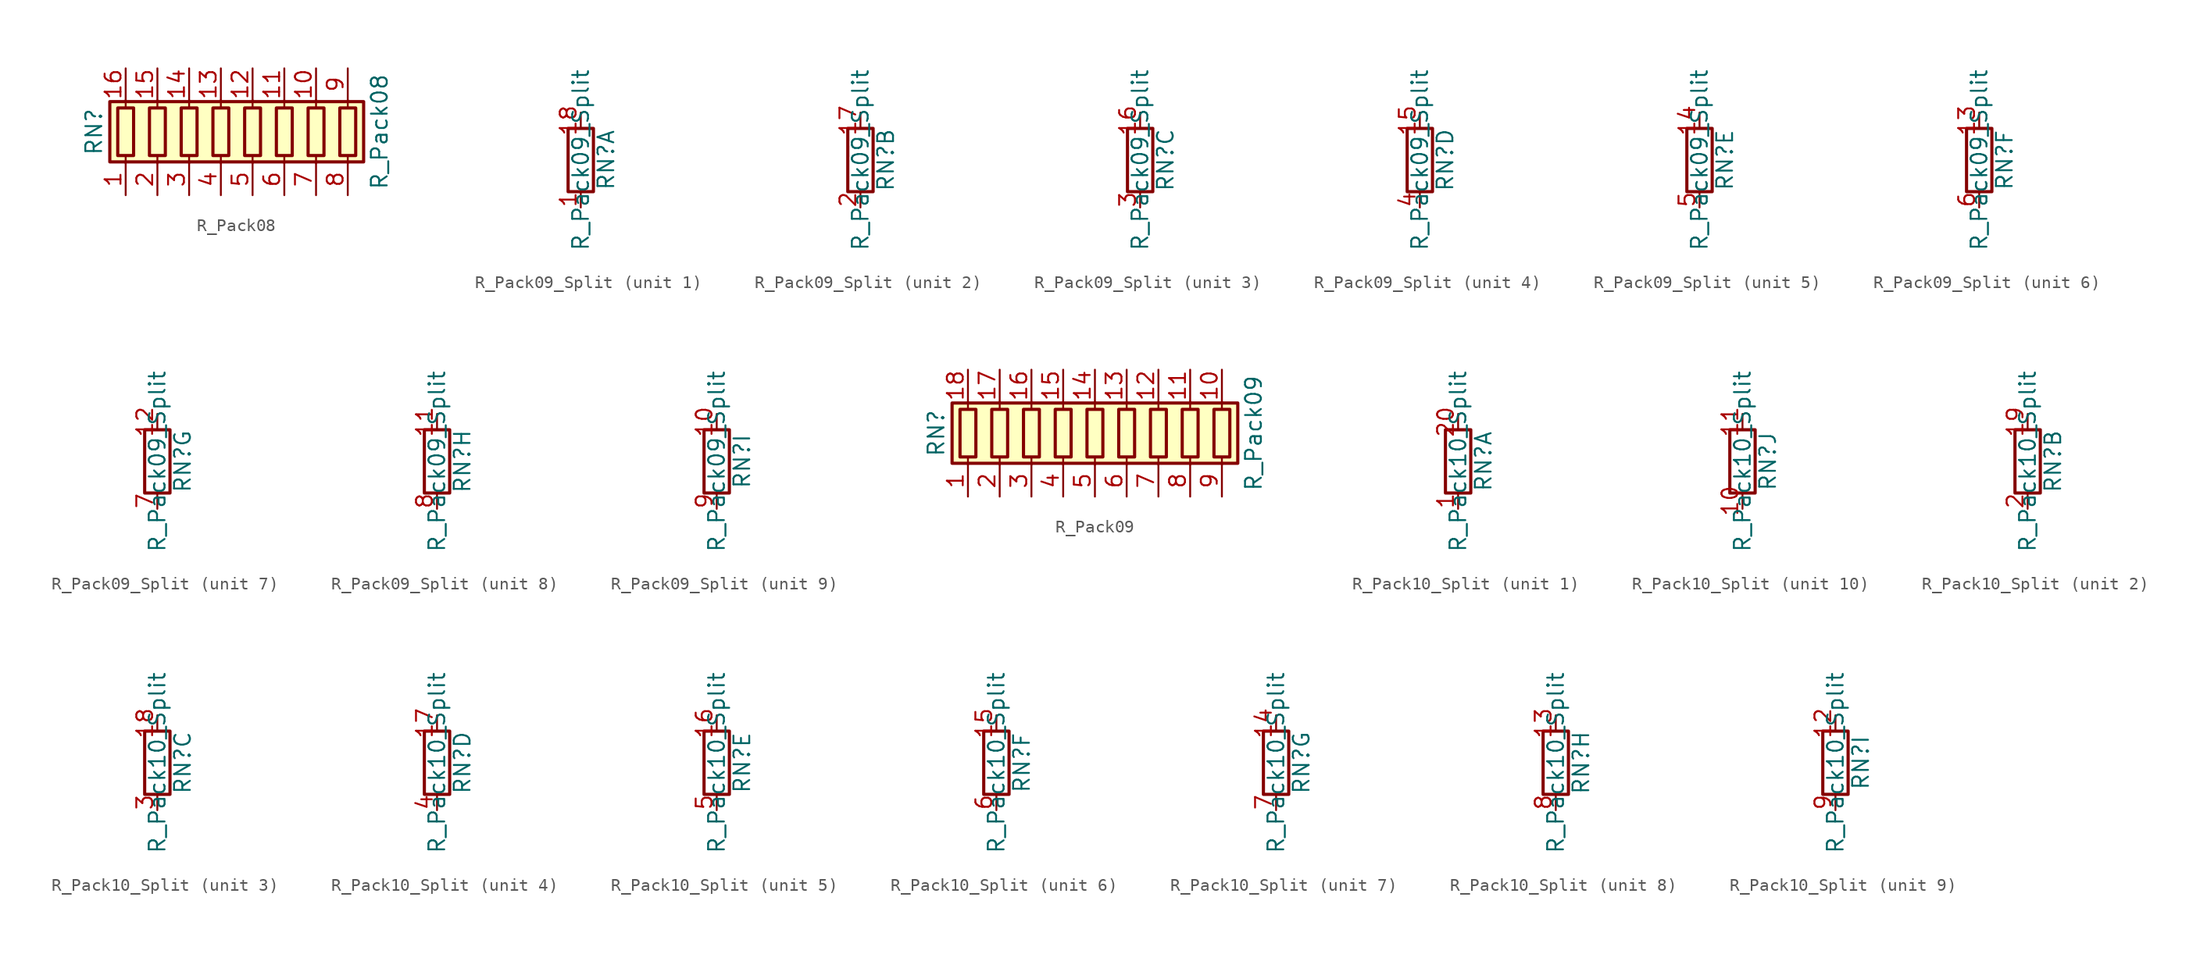
<source format=kicad_sym>
(kicad_symbol_lib
  (version 20201005)
  (generator kicad_symbol_editor)
  (symbol "R_Pack08"
    (pin_names
      (offset 0) hide)
    (property "Reference" "RN"
      (at -12.7 0 90)
      (effects (font (size 1.27 1.27))))
    (property "Value" "R_Pack08"
      (at 10.16 0 90)
      (effects (font (size 1.27 1.27))))
    (symbol "R_Pack08_0_1"
      (rectangle (start -10.795 1.905) (end -9.525 -1.905) (stroke (width 0.254)) (fill (type none)))
      (rectangle (start -8.255 1.905) (end -6.985 -1.905) (stroke (width 0.254)) (fill (type none)))
      (rectangle (start -5.715 1.905) (end -4.445 -1.905) (stroke (width 0.254)) (fill (type none)))
      (rectangle (start -3.175 1.905) (end -1.905 -1.905) (stroke (width 0.254)) (fill (type none)))
      (rectangle (start -0.635 1.905) (end 0.635 -1.905) (stroke (width 0.254)) (fill (type none)))
      (rectangle (start 1.905 1.905) (end 3.175 -1.905) (stroke (width 0.254)) (fill (type none)))
      (rectangle (start 4.445 1.905) (end 5.715 -1.905) (stroke (width 0.254)) (fill (type none)))
      (rectangle (start 6.985 1.905) (end 8.255 -1.905) (stroke (width 0.254)) (fill (type none)))
      (rectangle (start -11.43 -2.413) (end 8.89 2.413) (stroke (width 0.254)) (fill (type background)))
      (polyline (pts (xy -10.16 -2.54) (xy -10.16 -1.905)) (stroke (width 0)) (fill (type none)))
      (polyline (pts (xy -10.16 1.905) (xy -10.16 2.54)) (stroke (width 0)) (fill (type none)))
      (polyline (pts (xy -7.62 -2.54) (xy -7.62 -1.905)) (stroke (width 0)) (fill (type none)))
      (polyline (pts (xy -7.62 1.905) (xy -7.62 2.54)) (stroke (width 0)) (fill (type none)))
      (polyline (pts (xy -5.08 -2.54) (xy -5.08 -1.905)) (stroke (width 0)) (fill (type none)))
      (polyline (pts (xy -5.08 1.905) (xy -5.08 2.54)) (stroke (width 0)) (fill (type none)))
      (polyline (pts (xy -2.54 -2.54) (xy -2.54 -1.905)) (stroke (width 0)) (fill (type none)))
      (polyline (pts (xy -2.54 1.905) (xy -2.54 2.54)) (stroke (width 0)) (fill (type none)))
      (polyline (pts (xy 0 -2.54) (xy 0 -1.905)) (stroke (width 0)) (fill (type none)))
      (polyline (pts (xy 0 1.905) (xy 0 2.54)) (stroke (width 0)) (fill (type none)))
      (polyline (pts (xy 2.54 -2.54) (xy 2.54 -1.905)) (stroke (width 0)) (fill (type none)))
      (polyline (pts (xy 2.54 1.905) (xy 2.54 2.54)) (stroke (width 0)) (fill (type none)))
      (polyline (pts (xy 5.08 -2.54) (xy 5.08 -1.905)) (stroke (width 0)) (fill (type none)))
      (polyline (pts (xy 5.08 1.905) (xy 5.08 2.54)) (stroke (width 0)) (fill (type none)))
      (polyline (pts (xy 7.62 -2.54) (xy 7.62 -1.905)) (stroke (width 0)) (fill (type none)))
      (polyline (pts (xy 7.62 1.905) (xy 7.62 2.54)) (stroke (width 0)) (fill (type none))))
    (symbol "R_Pack08_1_1"
      (pin passive line (at -10.16 -5.08 90) (length 2.54) (name "R1.1" (effects (font (size 1.27 1.27)))) (number "1" (effects (font (size 1.27 1.27)))))
      (pin passive line (at 5.08 5.08 270) (length 2.54) (name "R7.2" (effects (font (size 1.27 1.27)))) (number "10" (effects (font (size 1.27 1.27)))))
      (pin passive line (at 2.54 5.08 270) (length 2.54) (name "R6.2" (effects (font (size 1.27 1.27)))) (number "11" (effects (font (size 1.27 1.27)))))
      (pin passive line (at 0 5.08 270) (length 2.54) (name "R5.2" (effects (font (size 1.27 1.27)))) (number "12" (effects (font (size 1.27 1.27)))))
      (pin passive line (at -2.54 5.08 270) (length 2.54) (name "R4.2" (effects (font (size 1.27 1.27)))) (number "13" (effects (font (size 1.27 1.27)))))
      (pin passive line (at -5.08 5.08 270) (length 2.54) (name "R3.2" (effects (font (size 1.27 1.27)))) (number "14" (effects (font (size 1.27 1.27)))))
      (pin passive line (at -7.62 5.08 270) (length 2.54) (name "R2.2" (effects (font (size 1.27 1.27)))) (number "15" (effects (font (size 1.27 1.27)))))
      (pin passive line (at -10.16 5.08 270) (length 2.54) (name "R1.2" (effects (font (size 1.27 1.27)))) (number "16" (effects (font (size 1.27 1.27)))))
      (pin passive line (at -7.62 -5.08 90) (length 2.54) (name "R2.1" (effects (font (size 1.27 1.27)))) (number "2" (effects (font (size 1.27 1.27)))))
      (pin passive line (at -5.08 -5.08 90) (length 2.54) (name "R3.1" (effects (font (size 1.27 1.27)))) (number "3" (effects (font (size 1.27 1.27)))))
      (pin passive line (at -2.54 -5.08 90) (length 2.54) (name "R4.1" (effects (font (size 1.27 1.27)))) (number "4" (effects (font (size 1.27 1.27)))))
      (pin passive line (at 0 -5.08 90) (length 2.54) (name "R5.1" (effects (font (size 1.27 1.27)))) (number "5" (effects (font (size 1.27 1.27)))))
      (pin passive line (at 2.54 -5.08 90) (length 2.54) (name "R6.1" (effects (font (size 1.27 1.27)))) (number "6" (effects (font (size 1.27 1.27)))))
      (pin passive line (at 5.08 -5.08 90) (length 2.54) (name "R7.1" (effects (font (size 1.27 1.27)))) (number "7" (effects (font (size 1.27 1.27)))))
      (pin passive line (at 7.62 -5.08 90) (length 2.54) (name "R8.1" (effects (font (size 1.27 1.27)))) (number "8" (effects (font (size 1.27 1.27)))))
      (pin passive line (at 7.62 5.08 270) (length 2.54) (name "R8.2" (effects (font (size 1.27 1.27)))) (number "9" (effects (font (size 1.27 1.27)))))))
  (symbol "R_Pack09_Split"
    (pin_names
      (offset 0) hide)
    (property "Reference" "RN"
      (at 2.032 0 90)
      (effects (font (size 1.27 1.27))))
    (property "Value" "R_Pack09_Split"
      (at 0 0 90)
      (effects (font (size 1.27 1.27))))
    (symbol "R_Pack09_Split_0_1"
      (rectangle (start 1.016 2.54) (end -1.016 -2.54) (stroke (width 0.254)) (fill (type none))))
    (symbol "R_Pack09_Split_1_1"
      (pin passive line (at 0 -3.81 90) (length 1.27) (name "R1.1" (effects (font (size 1.27 1.27)))) (number "1" (effects (font (size 1.27 1.27)))))
      (pin passive line (at 0 3.81 270) (length 1.27) (name "R1.2" (effects (font (size 1.27 1.27)))) (number "18" (effects (font (size 1.27 1.27))))))
    (symbol "R_Pack09_Split_2_1"
      (pin passive line (at 0 3.81 270) (length 1.27) (name "R2.2" (effects (font (size 1.27 1.27)))) (number "17" (effects (font (size 1.27 1.27)))))
      (pin passive line (at 0 -3.81 90) (length 1.27) (name "R2.1" (effects (font (size 1.27 1.27)))) (number "2" (effects (font (size 1.27 1.27))))))
    (symbol "R_Pack09_Split_3_1"
      (pin passive line (at 0 3.81 270) (length 1.27) (name "R3.2" (effects (font (size 1.27 1.27)))) (number "16" (effects (font (size 1.27 1.27)))))
      (pin passive line (at 0 -3.81 90) (length 1.27) (name "R3.1" (effects (font (size 1.27 1.27)))) (number "3" (effects (font (size 1.27 1.27))))))
    (symbol "R_Pack09_Split_4_1"
      (pin passive line (at 0 3.81 270) (length 1.27) (name "R4.2" (effects (font (size 1.27 1.27)))) (number "15" (effects (font (size 1.27 1.27)))))
      (pin passive line (at 0 -3.81 90) (length 1.27) (name "R4.1" (effects (font (size 1.27 1.27)))) (number "4" (effects (font (size 1.27 1.27))))))
    (symbol "R_Pack09_Split_5_1"
      (pin passive line (at 0 3.81 270) (length 1.27) (name "R5.2" (effects (font (size 1.27 1.27)))) (number "14" (effects (font (size 1.27 1.27)))))
      (pin passive line (at 0 -3.81 90) (length 1.27) (name "R5.1" (effects (font (size 1.27 1.27)))) (number "5" (effects (font (size 1.27 1.27))))))
    (symbol "R_Pack09_Split_6_1"
      (pin passive line (at 0 3.81 270) (length 1.27) (name "R6.2" (effects (font (size 1.27 1.27)))) (number "13" (effects (font (size 1.27 1.27)))))
      (pin passive line (at 0 -3.81 90) (length 1.27) (name "R6.1" (effects (font (size 1.27 1.27)))) (number "6" (effects (font (size 1.27 1.27))))))
    (symbol "R_Pack09_Split_7_1"
      (pin passive line (at 0 3.81 270) (length 1.27) (name "R7.2" (effects (font (size 1.27 1.27)))) (number "12" (effects (font (size 1.27 1.27)))))
      (pin passive line (at 0 -3.81 90) (length 1.27) (name "R7.1" (effects (font (size 1.27 1.27)))) (number "7" (effects (font (size 1.27 1.27))))))
    (symbol "R_Pack09_Split_8_1"
      (pin passive line (at 0 3.81 270) (length 1.27) (name "R8.2" (effects (font (size 1.27 1.27)))) (number "11" (effects (font (size 1.27 1.27)))))
      (pin passive line (at 0 -3.81 90) (length 1.27) (name "R8.1" (effects (font (size 1.27 1.27)))) (number "8" (effects (font (size 1.27 1.27))))))
    (symbol "R_Pack09_Split_9_1"
      (pin passive line (at 0 3.81 270) (length 1.27) (name "R9.2" (effects (font (size 1.27 1.27)))) (number "10" (effects (font (size 1.27 1.27)))))
      (pin passive line (at 0 -3.81 90) (length 1.27) (name "R9.1" (effects (font (size 1.27 1.27)))) (number "9" (effects (font (size 1.27 1.27)))))))
  (symbol "R_Pack09"
    (pin_names
      (offset 0) hide)
    (property "Reference" "RN"
      (at -12.7 0 90)
      (effects (font (size 1.27 1.27))))
    (property "Value" "R_Pack09"
      (at 12.7 0 90)
      (effects (font (size 1.27 1.27))))
    (symbol "R_Pack09_0_1"
      (rectangle (start -10.795 1.905) (end -9.525 -1.905) (stroke (width 0.254)) (fill (type none)))
      (rectangle (start -8.255 1.905) (end -6.985 -1.905) (stroke (width 0.254)) (fill (type none)))
      (rectangle (start -5.715 1.905) (end -4.445 -1.905) (stroke (width 0.254)) (fill (type none)))
      (rectangle (start -3.175 1.905) (end -1.905 -1.905) (stroke (width 0.254)) (fill (type none)))
      (rectangle (start -0.635 1.905) (end 0.635 -1.905) (stroke (width 0.254)) (fill (type none)))
      (rectangle (start 1.905 1.905) (end 3.175 -1.905) (stroke (width 0.254)) (fill (type none)))
      (rectangle (start 4.445 1.905) (end 5.715 -1.905) (stroke (width 0.254)) (fill (type none)))
      (rectangle (start 6.985 1.905) (end 8.255 -1.905) (stroke (width 0.254)) (fill (type none)))
      (rectangle (start 9.525 1.905) (end 10.795 -1.905) (stroke (width 0.254)) (fill (type none)))
      (rectangle (start -11.43 -2.413) (end 11.43 2.413) (stroke (width 0.254)) (fill (type background)))
      (polyline (pts (xy -10.16 -2.54) (xy -10.16 -1.905)) (stroke (width 0)) (fill (type none)))
      (polyline (pts (xy -10.16 1.905) (xy -10.16 2.54)) (stroke (width 0)) (fill (type none)))
      (polyline (pts (xy -7.62 -2.54) (xy -7.62 -1.905)) (stroke (width 0)) (fill (type none)))
      (polyline (pts (xy -7.62 1.905) (xy -7.62 2.54)) (stroke (width 0)) (fill (type none)))
      (polyline (pts (xy -5.08 -2.54) (xy -5.08 -1.905)) (stroke (width 0)) (fill (type none)))
      (polyline (pts (xy -5.08 1.905) (xy -5.08 2.54)) (stroke (width 0)) (fill (type none)))
      (polyline (pts (xy -2.54 -2.54) (xy -2.54 -1.905)) (stroke (width 0)) (fill (type none)))
      (polyline (pts (xy -2.54 1.905) (xy -2.54 2.54)) (stroke (width 0)) (fill (type none)))
      (polyline (pts (xy 0 -2.54) (xy 0 -1.905)) (stroke (width 0)) (fill (type none)))
      (polyline (pts (xy 0 1.905) (xy 0 2.54)) (stroke (width 0)) (fill (type none)))
      (polyline (pts (xy 2.54 -2.54) (xy 2.54 -1.905)) (stroke (width 0)) (fill (type none)))
      (polyline (pts (xy 2.54 1.905) (xy 2.54 2.54)) (stroke (width 0)) (fill (type none)))
      (polyline (pts (xy 5.08 -2.54) (xy 5.08 -1.905)) (stroke (width 0)) (fill (type none)))
      (polyline (pts (xy 5.08 1.905) (xy 5.08 2.54)) (stroke (width 0)) (fill (type none)))
      (polyline (pts (xy 7.62 -2.54) (xy 7.62 -1.905)) (stroke (width 0)) (fill (type none)))
      (polyline (pts (xy 7.62 1.905) (xy 7.62 2.54)) (stroke (width 0)) (fill (type none)))
      (polyline (pts (xy 10.16 -2.54) (xy 10.16 -1.905)) (stroke (width 0)) (fill (type none)))
      (polyline (pts (xy 10.16 1.905) (xy 10.16 2.54)) (stroke (width 0)) (fill (type none))))
    (symbol "R_Pack09_1_1"
      (pin passive line (at -10.16 -5.08 90) (length 2.54) (name "R1.1" (effects (font (size 1.27 1.27)))) (number "1" (effects (font (size 1.27 1.27)))))
      (pin passive line (at 10.16 5.08 270) (length 2.54) (name "R9.2" (effects (font (size 1.27 1.27)))) (number "10" (effects (font (size 1.27 1.27)))))
      (pin passive line (at 7.62 5.08 270) (length 2.54) (name "R8.2" (effects (font (size 1.27 1.27)))) (number "11" (effects (font (size 1.27 1.27)))))
      (pin passive line (at 5.08 5.08 270) (length 2.54) (name "R7.2" (effects (font (size 1.27 1.27)))) (number "12" (effects (font (size 1.27 1.27)))))
      (pin passive line (at 2.54 5.08 270) (length 2.54) (name "R6.2" (effects (font (size 1.27 1.27)))) (number "13" (effects (font (size 1.27 1.27)))))
      (pin passive line (at 0 5.08 270) (length 2.54) (name "R5.2" (effects (font (size 1.27 1.27)))) (number "14" (effects (font (size 1.27 1.27)))))
      (pin passive line (at -2.54 5.08 270) (length 2.54) (name "R4.2" (effects (font (size 1.27 1.27)))) (number "15" (effects (font (size 1.27 1.27)))))
      (pin passive line (at -5.08 5.08 270) (length 2.54) (name "R3.2" (effects (font (size 1.27 1.27)))) (number "16" (effects (font (size 1.27 1.27)))))
      (pin passive line (at -7.62 5.08 270) (length 2.54) (name "R2.2" (effects (font (size 1.27 1.27)))) (number "17" (effects (font (size 1.27 1.27)))))
      (pin passive line (at -10.16 5.08 270) (length 2.54) (name "R1.2" (effects (font (size 1.27 1.27)))) (number "18" (effects (font (size 1.27 1.27)))))
      (pin passive line (at -7.62 -5.08 90) (length 2.54) (name "R2.1" (effects (font (size 1.27 1.27)))) (number "2" (effects (font (size 1.27 1.27)))))
      (pin passive line (at -5.08 -5.08 90) (length 2.54) (name "R3.1" (effects (font (size 1.27 1.27)))) (number "3" (effects (font (size 1.27 1.27)))))
      (pin passive line (at -2.54 -5.08 90) (length 2.54) (name "R4.1" (effects (font (size 1.27 1.27)))) (number "4" (effects (font (size 1.27 1.27)))))
      (pin passive line (at 0 -5.08 90) (length 2.54) (name "R5.1" (effects (font (size 1.27 1.27)))) (number "5" (effects (font (size 1.27 1.27)))))
      (pin passive line (at 2.54 -5.08 90) (length 2.54) (name "R6.1" (effects (font (size 1.27 1.27)))) (number "6" (effects (font (size 1.27 1.27)))))
      (pin passive line (at 5.08 -5.08 90) (length 2.54) (name "R7.1" (effects (font (size 1.27 1.27)))) (number "7" (effects (font (size 1.27 1.27)))))
      (pin passive line (at 7.62 -5.08 90) (length 2.54) (name "R8.1" (effects (font (size 1.27 1.27)))) (number "8" (effects (font (size 1.27 1.27)))))
      (pin passive line (at 10.16 -5.08 90) (length 2.54) (name "R9.1" (effects (font (size 1.27 1.27)))) (number "9" (effects (font (size 1.27 1.27)))))))
  (symbol "R_Pack10_Split"
    (pin_names
      (offset 0) hide)
    (property "Reference" "RN"
      (at 2.032 0 90)
      (effects (font (size 1.27 1.27))))
    (property "Value" "R_Pack10_Split"
      (at 0 0 90)
      (effects (font (size 1.27 1.27))))
    (symbol "R_Pack10_Split_0_1"
      (rectangle (start 1.016 2.54) (end -1.016 -2.54) (stroke (width 0.254)) (fill (type none))))
    (symbol "R_Pack10_Split_1_1"
      (pin passive line (at 0 -3.81 90) (length 1.27) (name "R1.1" (effects (font (size 1.27 1.27)))) (number "1" (effects (font (size 1.27 1.27)))))
      (pin passive line (at 0 3.81 270) (length 1.27) (name "R1.2" (effects (font (size 1.27 1.27)))) (number "20" (effects (font (size 1.27 1.27))))))
    (symbol "R_Pack10_Split_2_1"
      (pin passive line (at 0 3.81 270) (length 1.27) (name "R2.2" (effects (font (size 1.27 1.27)))) (number "19" (effects (font (size 1.27 1.27)))))
      (pin passive line (at 0 -3.81 90) (length 1.27) (name "R2.1" (effects (font (size 1.27 1.27)))) (number "2" (effects (font (size 1.27 1.27))))))
    (symbol "R_Pack10_Split_3_1"
      (pin passive line (at 0 3.81 270) (length 1.27) (name "R3.2" (effects (font (size 1.27 1.27)))) (number "18" (effects (font (size 1.27 1.27)))))
      (pin passive line (at 0 -3.81 90) (length 1.27) (name "R3.1" (effects (font (size 1.27 1.27)))) (number "3" (effects (font (size 1.27 1.27))))))
    (symbol "R_Pack10_Split_4_1"
      (pin passive line (at 0 3.81 270) (length 1.27) (name "R4.2" (effects (font (size 1.27 1.27)))) (number "17" (effects (font (size 1.27 1.27)))))
      (pin passive line (at 0 -3.81 90) (length 1.27) (name "R4.1" (effects (font (size 1.27 1.27)))) (number "4" (effects (font (size 1.27 1.27))))))
    (symbol "R_Pack10_Split_5_1"
      (pin passive line (at 0 3.81 270) (length 1.27) (name "R5.2" (effects (font (size 1.27 1.27)))) (number "16" (effects (font (size 1.27 1.27)))))
      (pin passive line (at 0 -3.81 90) (length 1.27) (name "R5.1" (effects (font (size 1.27 1.27)))) (number "5" (effects (font (size 1.27 1.27))))))
    (symbol "R_Pack10_Split_6_1"
      (pin passive line (at 0 3.81 270) (length 1.27) (name "R6.2" (effects (font (size 1.27 1.27)))) (number "15" (effects (font (size 1.27 1.27)))))
      (pin passive line (at 0 -3.81 90) (length 1.27) (name "R6.1" (effects (font (size 1.27 1.27)))) (number "6" (effects (font (size 1.27 1.27))))))
    (symbol "R_Pack10_Split_7_1"
      (pin passive line (at 0 3.81 270) (length 1.27) (name "R7.2" (effects (font (size 1.27 1.27)))) (number "14" (effects (font (size 1.27 1.27)))))
      (pin passive line (at 0 -3.81 90) (length 1.27) (name "R7.1" (effects (font (size 1.27 1.27)))) (number "7" (effects (font (size 1.27 1.27))))))
    (symbol "R_Pack10_Split_8_1"
      (pin passive line (at 0 3.81 270) (length 1.27) (name "R8.2" (effects (font (size 1.27 1.27)))) (number "13" (effects (font (size 1.27 1.27)))))
      (pin passive line (at 0 -3.81 90) (length 1.27) (name "R8.1" (effects (font (size 1.27 1.27)))) (number "8" (effects (font (size 1.27 1.27))))))
    (symbol "R_Pack10_Split_9_1"
      (pin passive line (at 0 3.81 270) (length 1.27) (name "R9.2" (effects (font (size 1.27 1.27)))) (number "12" (effects (font (size 1.27 1.27)))))
      (pin passive line (at 0 -3.81 90) (length 1.27) (name "R9.1" (effects (font (size 1.27 1.27)))) (number "9" (effects (font (size 1.27 1.27))))))
    (symbol "R_Pack10_Split_10_1"
      (pin passive line (at 0 -3.81 90) (length 1.27) (name "R10.1" (effects (font (size 1.27 1.27)))) (number "10" (effects (font (size 1.27 1.27)))))
      (pin passive line (at 0 3.81 270) (length 1.27) (name "R10.2" (effects (font (size 1.27 1.27)))) (number "11" (effects (font (size 1.27 1.27))))))))
</source>
